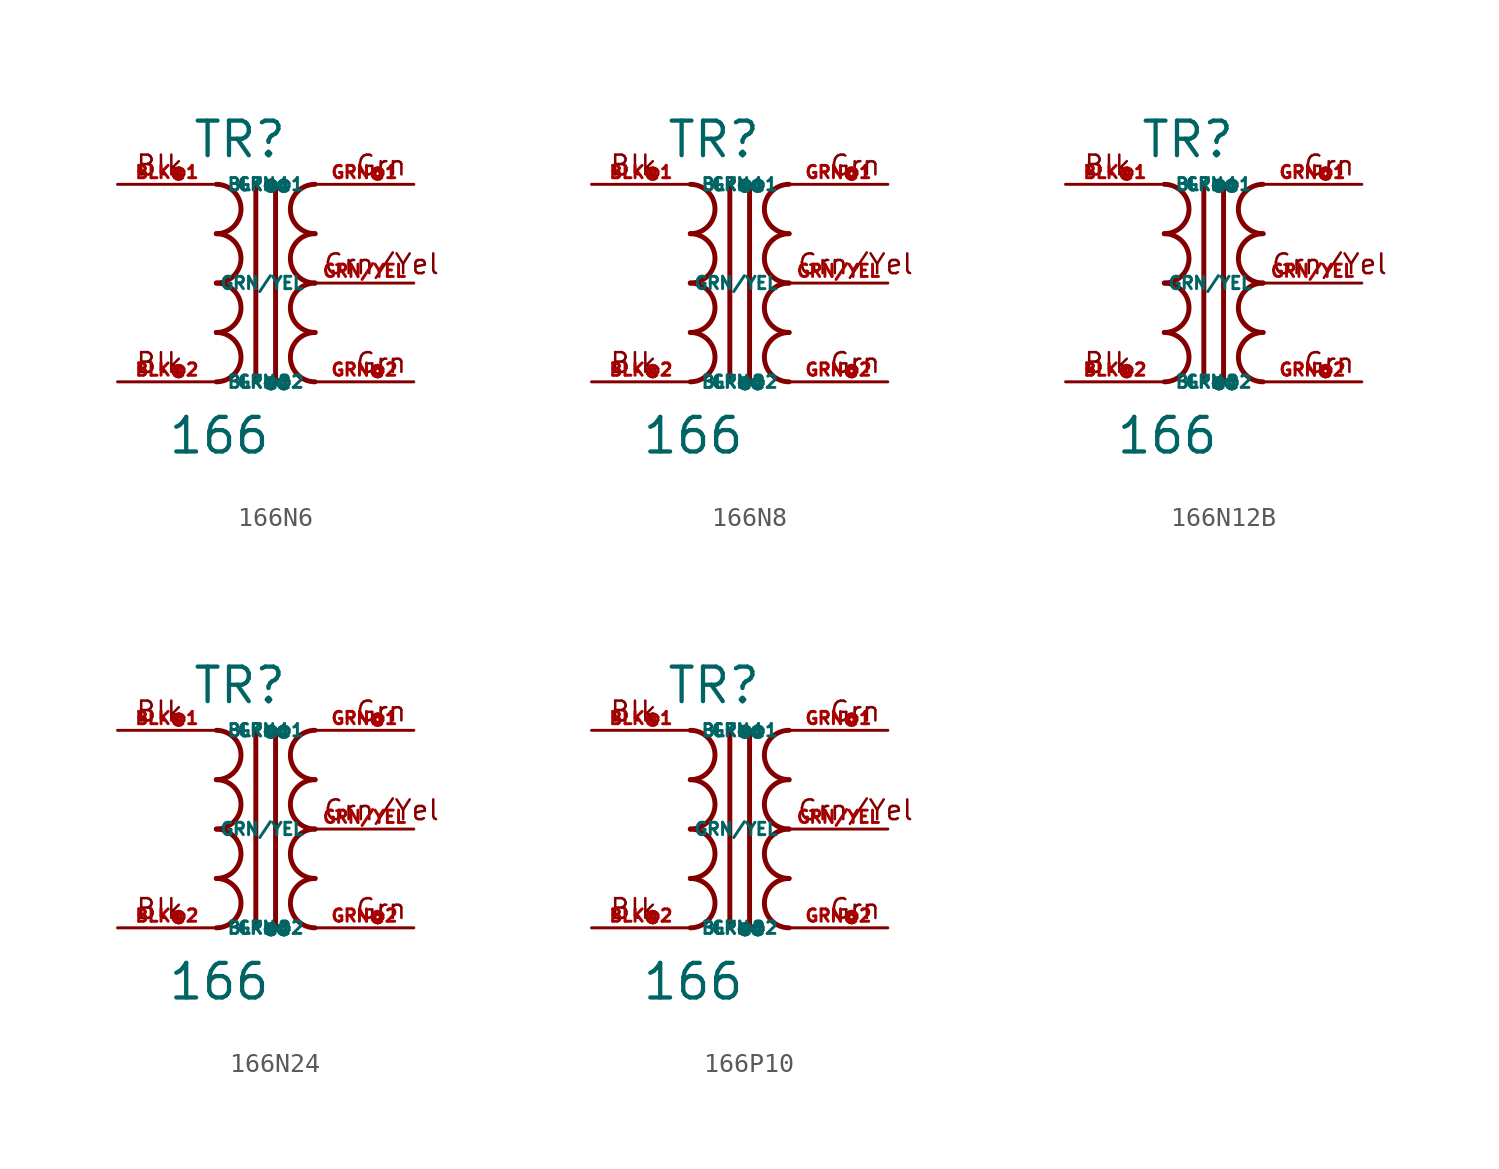
<source format=kicad_sym>
(kicad_symbol_lib
  (version 20220914)
  (generator Eagle2Kicad)
  (symbol "166N6"
    (property "Reference" "TR"
      (at -3.81 6.35 0)
      (effects (font (size 1.778 1.778) (thickness 0.22)) (justify left bottom)))
    (property "Value" "166"
      (at -5.08 -8.89 0)
      (effects (font (size 1.778 1.778) (thickness 0.22)) (justify left bottom)))
    (polyline
      (pts (xy -0.508 5.08) (xy -0.508 -5.08))
      (stroke (width 0.254) (type default))
      (fill (type none)))
    (arc
      (start -2.54 0)
      (mid -1.270 1.270)
      (end -2.54 2.54)
      (stroke (width 0.254) (type default))
      (fill (type none)))
    (arc
      (start -2.54 -2.54)
      (mid -1.270 -1.270)
      (end -2.54 0)
      (stroke (width 0.254) (type default))
      (fill (type none)))
    (arc
      (start -2.54 -5.08)
      (mid -1.270 -3.810)
      (end -2.54 -2.54)
      (stroke (width 0.254) (type default))
      (fill (type none)))
    (arc
      (start -2.54 2.54)
      (mid -1.270 3.810)
      (end -2.54 5.08)
      (stroke (width 0.254) (type default))
      (fill (type none)))
    (arc
      (start 2.54 2.54)
      (mid 1.270 1.270)
      (end 2.54 0)
      (stroke (width 0.254) (type default))
      (fill (type none)))
    (arc
      (start 2.54 5.08)
      (mid 1.270 3.810)
      (end 2.54 2.54)
      (stroke (width 0.254) (type default))
      (fill (type none)))
    (arc
      (start 2.54 0)
      (mid 1.270 -1.270)
      (end 2.54 -2.54)
      (stroke (width 0.254) (type default))
      (fill (type none)))
    (arc
      (start 2.54 -2.54)
      (mid 1.270 -3.810)
      (end 2.54 -5.08)
      (stroke (width 0.254) (type default))
      (fill (type none)))
    (polyline
      (pts (xy 0.508 5.08) (xy 0.508 -5.08))
      (stroke (width 0.254) (type default))
      (fill (type none)))
    (text "Blk"
      (at -6.731 5.461 0)
      (effects (font (size 1.016 1.016) (thickness 0.13)) (justify left bottom)))
    (text "Blk"
      (at -6.731 -4.699 0)
      (effects (font (size 1.016 1.016) (thickness 0.13)) (justify left bottom)))
    (text "Grn"
      (at 4.572 5.461 0)
      (effects (font (size 1.016 1.016) (thickness 0.13)) (justify left bottom)))
    (text "Grn"
      (at 4.572 -4.699 0)
      (effects (font (size 1.016 1.016) (thickness 0.13)) (justify left bottom)))
    (text "Grn/Yel"
      (at 2.921 0.381 0)
      (effects (font (size 1.016 1.016) (thickness 0.13)) (justify left bottom)))
    (pin passive line
      (at -7.62 5.08 0)
      (length 5.08)
      (name "BLK@1" (effects (font (size 0.635 0.635) (thickness 0.08)) (justify left bottom)))
      (number "BLK@1" (effects (font (size 0.635 0.635) (thickness 0.08)) (justify left bottom))))
    (pin passive line
      (at -7.62 -5.08 0)
      (length 5.08)
      (name "BLK@2" (effects (font (size 0.635 0.635) (thickness 0.08)) (justify left bottom)))
      (number "BLK@2" (effects (font (size 0.635 0.635) (thickness 0.08)) (justify left bottom))))
    (pin passive line
      (at 7.62 5.08 180)
      (length 5.08)
      (name "GRN@1" (effects (font (size 0.635 0.635) (thickness 0.08)) (justify left bottom)))
      (number "GRN@1" (effects (font (size 0.635 0.635) (thickness 0.08)) (justify left bottom))))
    (pin passive line
      (at 7.62 0 180)
      (length 5.08)
      (name "GRN/YEL" (effects (font (size 0.635 0.635) (thickness 0.08)) (justify left bottom)))
      (number "GRN/YEL" (effects (font (size 0.635 0.635) (thickness 0.08)) (justify left bottom))))
    (pin passive line
      (at 7.62 -5.08 180)
      (length 5.08)
      (name "GRN@2" (effects (font (size 0.635 0.635) (thickness 0.08)) (justify left bottom)))
      (number "GRN@2" (effects (font (size 0.635 0.635) (thickness 0.08)) (justify left bottom)))))
  (symbol "166N8"
    (property "Reference" "TR"
      (at -3.81 6.35 0)
      (effects (font (size 1.778 1.778) (thickness 0.22)) (justify left bottom)))
    (property "Value" "166"
      (at -5.08 -8.89 0)
      (effects (font (size 1.778 1.778) (thickness 0.22)) (justify left bottom)))
    (polyline
      (pts (xy -0.508 5.08) (xy -0.508 -5.08))
      (stroke (width 0.254) (type default))
      (fill (type none)))
    (arc
      (start -2.54 0)
      (mid -1.270 1.270)
      (end -2.54 2.54)
      (stroke (width 0.254) (type default))
      (fill (type none)))
    (arc
      (start -2.54 -2.54)
      (mid -1.270 -1.270)
      (end -2.54 0)
      (stroke (width 0.254) (type default))
      (fill (type none)))
    (arc
      (start -2.54 -5.08)
      (mid -1.270 -3.810)
      (end -2.54 -2.54)
      (stroke (width 0.254) (type default))
      (fill (type none)))
    (arc
      (start -2.54 2.54)
      (mid -1.270 3.810)
      (end -2.54 5.08)
      (stroke (width 0.254) (type default))
      (fill (type none)))
    (arc
      (start 2.54 2.54)
      (mid 1.270 1.270)
      (end 2.54 0)
      (stroke (width 0.254) (type default))
      (fill (type none)))
    (arc
      (start 2.54 5.08)
      (mid 1.270 3.810)
      (end 2.54 2.54)
      (stroke (width 0.254) (type default))
      (fill (type none)))
    (arc
      (start 2.54 0)
      (mid 1.270 -1.270)
      (end 2.54 -2.54)
      (stroke (width 0.254) (type default))
      (fill (type none)))
    (arc
      (start 2.54 -2.54)
      (mid 1.270 -3.810)
      (end 2.54 -5.08)
      (stroke (width 0.254) (type default))
      (fill (type none)))
    (polyline
      (pts (xy 0.508 5.08) (xy 0.508 -5.08))
      (stroke (width 0.254) (type default))
      (fill (type none)))
    (text "Blk"
      (at -6.731 5.461 0)
      (effects (font (size 1.016 1.016) (thickness 0.13)) (justify left bottom)))
    (text "Blk"
      (at -6.731 -4.699 0)
      (effects (font (size 1.016 1.016) (thickness 0.13)) (justify left bottom)))
    (text "Grn"
      (at 4.572 5.461 0)
      (effects (font (size 1.016 1.016) (thickness 0.13)) (justify left bottom)))
    (text "Grn"
      (at 4.572 -4.699 0)
      (effects (font (size 1.016 1.016) (thickness 0.13)) (justify left bottom)))
    (text "Grn/Yel"
      (at 2.921 0.381 0)
      (effects (font (size 1.016 1.016) (thickness 0.13)) (justify left bottom)))
    (pin passive line
      (at -7.62 5.08 0)
      (length 5.08)
      (name "BLK@1" (effects (font (size 0.635 0.635) (thickness 0.08)) (justify left bottom)))
      (number "BLK@1" (effects (font (size 0.635 0.635) (thickness 0.08)) (justify left bottom))))
    (pin passive line
      (at -7.62 -5.08 0)
      (length 5.08)
      (name "BLK@2" (effects (font (size 0.635 0.635) (thickness 0.08)) (justify left bottom)))
      (number "BLK@2" (effects (font (size 0.635 0.635) (thickness 0.08)) (justify left bottom))))
    (pin passive line
      (at 7.62 5.08 180)
      (length 5.08)
      (name "GRN@1" (effects (font (size 0.635 0.635) (thickness 0.08)) (justify left bottom)))
      (number "GRN@1" (effects (font (size 0.635 0.635) (thickness 0.08)) (justify left bottom))))
    (pin passive line
      (at 7.62 0 180)
      (length 5.08)
      (name "GRN/YEL" (effects (font (size 0.635 0.635) (thickness 0.08)) (justify left bottom)))
      (number "GRN/YEL" (effects (font (size 0.635 0.635) (thickness 0.08)) (justify left bottom))))
    (pin passive line
      (at 7.62 -5.08 180)
      (length 5.08)
      (name "GRN@2" (effects (font (size 0.635 0.635) (thickness 0.08)) (justify left bottom)))
      (number "GRN@2" (effects (font (size 0.635 0.635) (thickness 0.08)) (justify left bottom)))))
  (symbol "166N12B"
    (property "Reference" "TR"
      (at -3.81 6.35 0)
      (effects (font (size 1.778 1.778) (thickness 0.22)) (justify left bottom)))
    (property "Value" "166"
      (at -5.08 -8.89 0)
      (effects (font (size 1.778 1.778) (thickness 0.22)) (justify left bottom)))
    (polyline
      (pts (xy -0.508 5.08) (xy -0.508 -5.08))
      (stroke (width 0.254) (type default))
      (fill (type none)))
    (arc
      (start -2.54 0)
      (mid -1.270 1.270)
      (end -2.54 2.54)
      (stroke (width 0.254) (type default))
      (fill (type none)))
    (arc
      (start -2.54 -2.54)
      (mid -1.270 -1.270)
      (end -2.54 0)
      (stroke (width 0.254) (type default))
      (fill (type none)))
    (arc
      (start -2.54 -5.08)
      (mid -1.270 -3.810)
      (end -2.54 -2.54)
      (stroke (width 0.254) (type default))
      (fill (type none)))
    (arc
      (start -2.54 2.54)
      (mid -1.270 3.810)
      (end -2.54 5.08)
      (stroke (width 0.254) (type default))
      (fill (type none)))
    (arc
      (start 2.54 2.54)
      (mid 1.270 1.270)
      (end 2.54 0)
      (stroke (width 0.254) (type default))
      (fill (type none)))
    (arc
      (start 2.54 5.08)
      (mid 1.270 3.810)
      (end 2.54 2.54)
      (stroke (width 0.254) (type default))
      (fill (type none)))
    (arc
      (start 2.54 0)
      (mid 1.270 -1.270)
      (end 2.54 -2.54)
      (stroke (width 0.254) (type default))
      (fill (type none)))
    (arc
      (start 2.54 -2.54)
      (mid 1.270 -3.810)
      (end 2.54 -5.08)
      (stroke (width 0.254) (type default))
      (fill (type none)))
    (polyline
      (pts (xy 0.508 5.08) (xy 0.508 -5.08))
      (stroke (width 0.254) (type default))
      (fill (type none)))
    (text "Blk"
      (at -6.731 5.461 0)
      (effects (font (size 1.016 1.016) (thickness 0.13)) (justify left bottom)))
    (text "Blk"
      (at -6.731 -4.699 0)
      (effects (font (size 1.016 1.016) (thickness 0.13)) (justify left bottom)))
    (text "Grn"
      (at 4.572 5.461 0)
      (effects (font (size 1.016 1.016) (thickness 0.13)) (justify left bottom)))
    (text "Grn"
      (at 4.572 -4.699 0)
      (effects (font (size 1.016 1.016) (thickness 0.13)) (justify left bottom)))
    (text "Grn/Yel"
      (at 2.921 0.381 0)
      (effects (font (size 1.016 1.016) (thickness 0.13)) (justify left bottom)))
    (pin passive line
      (at -7.62 5.08 0)
      (length 5.08)
      (name "BLK@1" (effects (font (size 0.635 0.635) (thickness 0.08)) (justify left bottom)))
      (number "BLK@1" (effects (font (size 0.635 0.635) (thickness 0.08)) (justify left bottom))))
    (pin passive line
      (at -7.62 -5.08 0)
      (length 5.08)
      (name "BLK@2" (effects (font (size 0.635 0.635) (thickness 0.08)) (justify left bottom)))
      (number "BLK@2" (effects (font (size 0.635 0.635) (thickness 0.08)) (justify left bottom))))
    (pin passive line
      (at 7.62 5.08 180)
      (length 5.08)
      (name "GRN@1" (effects (font (size 0.635 0.635) (thickness 0.08)) (justify left bottom)))
      (number "GRN@1" (effects (font (size 0.635 0.635) (thickness 0.08)) (justify left bottom))))
    (pin passive line
      (at 7.62 0 180)
      (length 5.08)
      (name "GRN/YEL" (effects (font (size 0.635 0.635) (thickness 0.08)) (justify left bottom)))
      (number "GRN/YEL" (effects (font (size 0.635 0.635) (thickness 0.08)) (justify left bottom))))
    (pin passive line
      (at 7.62 -5.08 180)
      (length 5.08)
      (name "GRN@2" (effects (font (size 0.635 0.635) (thickness 0.08)) (justify left bottom)))
      (number "GRN@2" (effects (font (size 0.635 0.635) (thickness 0.08)) (justify left bottom)))))
  (symbol "166N24"
    (property "Reference" "TR"
      (at -3.81 6.35 0)
      (effects (font (size 1.778 1.778) (thickness 0.22)) (justify left bottom)))
    (property "Value" "166"
      (at -5.08 -8.89 0)
      (effects (font (size 1.778 1.778) (thickness 0.22)) (justify left bottom)))
    (polyline
      (pts (xy -0.508 5.08) (xy -0.508 -5.08))
      (stroke (width 0.254) (type default))
      (fill (type none)))
    (arc
      (start -2.54 0)
      (mid -1.270 1.270)
      (end -2.54 2.54)
      (stroke (width 0.254) (type default))
      (fill (type none)))
    (arc
      (start -2.54 -2.54)
      (mid -1.270 -1.270)
      (end -2.54 0)
      (stroke (width 0.254) (type default))
      (fill (type none)))
    (arc
      (start -2.54 -5.08)
      (mid -1.270 -3.810)
      (end -2.54 -2.54)
      (stroke (width 0.254) (type default))
      (fill (type none)))
    (arc
      (start -2.54 2.54)
      (mid -1.270 3.810)
      (end -2.54 5.08)
      (stroke (width 0.254) (type default))
      (fill (type none)))
    (arc
      (start 2.54 2.54)
      (mid 1.270 1.270)
      (end 2.54 0)
      (stroke (width 0.254) (type default))
      (fill (type none)))
    (arc
      (start 2.54 5.08)
      (mid 1.270 3.810)
      (end 2.54 2.54)
      (stroke (width 0.254) (type default))
      (fill (type none)))
    (arc
      (start 2.54 0)
      (mid 1.270 -1.270)
      (end 2.54 -2.54)
      (stroke (width 0.254) (type default))
      (fill (type none)))
    (arc
      (start 2.54 -2.54)
      (mid 1.270 -3.810)
      (end 2.54 -5.08)
      (stroke (width 0.254) (type default))
      (fill (type none)))
    (polyline
      (pts (xy 0.508 5.08) (xy 0.508 -5.08))
      (stroke (width 0.254) (type default))
      (fill (type none)))
    (text "Blk"
      (at -6.731 5.461 0)
      (effects (font (size 1.016 1.016) (thickness 0.13)) (justify left bottom)))
    (text "Blk"
      (at -6.731 -4.699 0)
      (effects (font (size 1.016 1.016) (thickness 0.13)) (justify left bottom)))
    (text "Grn"
      (at 4.572 5.461 0)
      (effects (font (size 1.016 1.016) (thickness 0.13)) (justify left bottom)))
    (text "Grn"
      (at 4.572 -4.699 0)
      (effects (font (size 1.016 1.016) (thickness 0.13)) (justify left bottom)))
    (text "Grn/Yel"
      (at 2.921 0.381 0)
      (effects (font (size 1.016 1.016) (thickness 0.13)) (justify left bottom)))
    (pin passive line
      (at -7.62 5.08 0)
      (length 5.08)
      (name "BLK@1" (effects (font (size 0.635 0.635) (thickness 0.08)) (justify left bottom)))
      (number "BLK@1" (effects (font (size 0.635 0.635) (thickness 0.08)) (justify left bottom))))
    (pin passive line
      (at -7.62 -5.08 0)
      (length 5.08)
      (name "BLK@2" (effects (font (size 0.635 0.635) (thickness 0.08)) (justify left bottom)))
      (number "BLK@2" (effects (font (size 0.635 0.635) (thickness 0.08)) (justify left bottom))))
    (pin passive line
      (at 7.62 5.08 180)
      (length 5.08)
      (name "GRN@1" (effects (font (size 0.635 0.635) (thickness 0.08)) (justify left bottom)))
      (number "GRN@1" (effects (font (size 0.635 0.635) (thickness 0.08)) (justify left bottom))))
    (pin passive line
      (at 7.62 0 180)
      (length 5.08)
      (name "GRN/YEL" (effects (font (size 0.635 0.635) (thickness 0.08)) (justify left bottom)))
      (number "GRN/YEL" (effects (font (size 0.635 0.635) (thickness 0.08)) (justify left bottom))))
    (pin passive line
      (at 7.62 -5.08 180)
      (length 5.08)
      (name "GRN@2" (effects (font (size 0.635 0.635) (thickness 0.08)) (justify left bottom)))
      (number "GRN@2" (effects (font (size 0.635 0.635) (thickness 0.08)) (justify left bottom)))))
  (symbol "166P10"
    (property "Reference" "TR"
      (at -3.81 6.35 0)
      (effects (font (size 1.778 1.778) (thickness 0.22)) (justify left bottom)))
    (property "Value" "166"
      (at -5.08 -8.89 0)
      (effects (font (size 1.778 1.778) (thickness 0.22)) (justify left bottom)))
    (polyline
      (pts (xy -0.508 5.08) (xy -0.508 -5.08))
      (stroke (width 0.254) (type default))
      (fill (type none)))
    (arc
      (start -2.54 0)
      (mid -1.270 1.270)
      (end -2.54 2.54)
      (stroke (width 0.254) (type default))
      (fill (type none)))
    (arc
      (start -2.54 -2.54)
      (mid -1.270 -1.270)
      (end -2.54 0)
      (stroke (width 0.254) (type default))
      (fill (type none)))
    (arc
      (start -2.54 -5.08)
      (mid -1.270 -3.810)
      (end -2.54 -2.54)
      (stroke (width 0.254) (type default))
      (fill (type none)))
    (arc
      (start -2.54 2.54)
      (mid -1.270 3.810)
      (end -2.54 5.08)
      (stroke (width 0.254) (type default))
      (fill (type none)))
    (arc
      (start 2.54 2.54)
      (mid 1.270 1.270)
      (end 2.54 0)
      (stroke (width 0.254) (type default))
      (fill (type none)))
    (arc
      (start 2.54 5.08)
      (mid 1.270 3.810)
      (end 2.54 2.54)
      (stroke (width 0.254) (type default))
      (fill (type none)))
    (arc
      (start 2.54 0)
      (mid 1.270 -1.270)
      (end 2.54 -2.54)
      (stroke (width 0.254) (type default))
      (fill (type none)))
    (arc
      (start 2.54 -2.54)
      (mid 1.270 -3.810)
      (end 2.54 -5.08)
      (stroke (width 0.254) (type default))
      (fill (type none)))
    (polyline
      (pts (xy 0.508 5.08) (xy 0.508 -5.08))
      (stroke (width 0.254) (type default))
      (fill (type none)))
    (text "Blk"
      (at -6.731 5.461 0)
      (effects (font (size 1.016 1.016) (thickness 0.13)) (justify left bottom)))
    (text "Blk"
      (at -6.731 -4.699 0)
      (effects (font (size 1.016 1.016) (thickness 0.13)) (justify left bottom)))
    (text "Grn"
      (at 4.572 5.461 0)
      (effects (font (size 1.016 1.016) (thickness 0.13)) (justify left bottom)))
    (text "Grn"
      (at 4.572 -4.699 0)
      (effects (font (size 1.016 1.016) (thickness 0.13)) (justify left bottom)))
    (text "Grn/Yel"
      (at 2.921 0.381 0)
      (effects (font (size 1.016 1.016) (thickness 0.13)) (justify left bottom)))
    (pin passive line
      (at -7.62 5.08 0)
      (length 5.08)
      (name "BLK@1" (effects (font (size 0.635 0.635) (thickness 0.08)) (justify left bottom)))
      (number "BLK@1" (effects (font (size 0.635 0.635) (thickness 0.08)) (justify left bottom))))
    (pin passive line
      (at -7.62 -5.08 0)
      (length 5.08)
      (name "BLK@2" (effects (font (size 0.635 0.635) (thickness 0.08)) (justify left bottom)))
      (number "BLK@2" (effects (font (size 0.635 0.635) (thickness 0.08)) (justify left bottom))))
    (pin passive line
      (at 7.62 5.08 180)
      (length 5.08)
      (name "GRN@1" (effects (font (size 0.635 0.635) (thickness 0.08)) (justify left bottom)))
      (number "GRN@1" (effects (font (size 0.635 0.635) (thickness 0.08)) (justify left bottom))))
    (pin passive line
      (at 7.62 0 180)
      (length 5.08)
      (name "GRN/YEL" (effects (font (size 0.635 0.635) (thickness 0.08)) (justify left bottom)))
      (number "GRN/YEL" (effects (font (size 0.635 0.635) (thickness 0.08)) (justify left bottom))))
    (pin passive line
      (at 7.62 -5.08 180)
      (length 5.08)
      (name "GRN@2" (effects (font (size 0.635 0.635) (thickness 0.08)) (justify left bottom)))
      (number "GRN@2" (effects (font (size 0.635 0.635) (thickness 0.08)) (justify left bottom))))))
</source>
